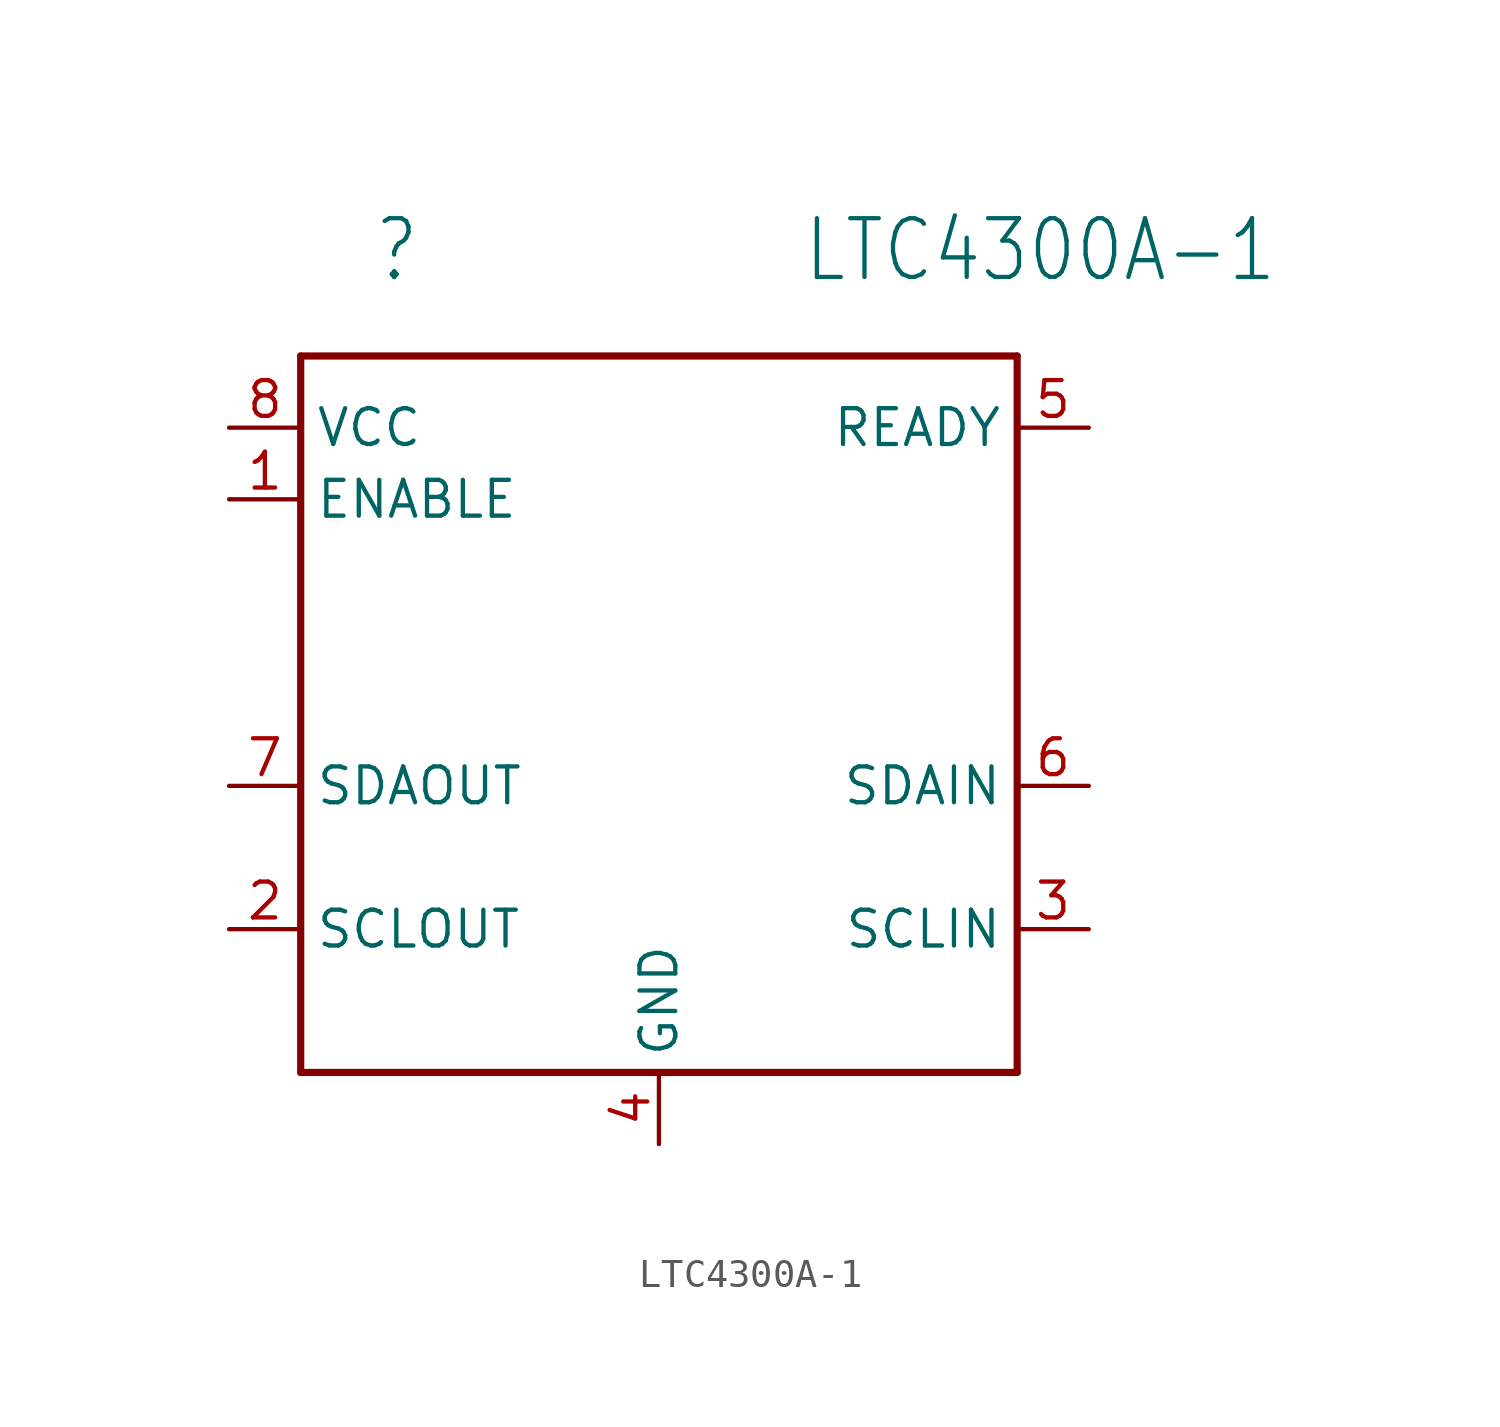
<source format=kicad_sym>
(kicad_symbol_lib
  (version 20211014)
  (generator kicad_symbol_editor)
  (symbol "LTC4300A-1"
    (property "Reference" ""
      (at -10.16 15.24 0)
      (effects (font (size 2.083 1.77)) (justify left bottom)))
    (property "Value" "LTC4300A-1"
      (at 5.08 15.24 0)
      (effects (font (size 2.083 1.77)) (justify left bottom)))
    (property "ki_locked" ""
      (at 0 0 0)
      (effects (font (size 1.27 1.27))))
    (symbol "LTC4300A-1_1_0"
      (polyline (pts (xy -12.7 -12.7) (xy 12.7 -12.7)) (stroke (width 0.254) (type default) (color 0 0 0 0)) (fill (type none)))
      (polyline (pts (xy -12.7 12.7) (xy -12.7 -12.7)) (stroke (width 0.254) (type default) (color 0 0 0 0)) (fill (type none)))
      (polyline (pts (xy 12.7 -12.7) (xy 12.7 12.7)) (stroke (width 0.254) (type default) (color 0 0 0 0)) (fill (type none)))
      (polyline (pts (xy 12.7 12.7) (xy -12.7 12.7)) (stroke (width 0.254) (type default) (color 0 0 0 0)) (fill (type none)))
      (pin input line (at -15.24 7.62 0) (length 2.54) (name "ENABLE" (effects (font (size 1.27 1.27)))) (number "1" (effects (font (size 1.27 1.27)))))
      (pin bidirectional line (at -15.24 -7.62 0) (length 2.54) (name "SCLOUT" (effects (font (size 1.27 1.27)))) (number "2" (effects (font (size 1.27 1.27)))))
      (pin bidirectional line (at 15.24 -7.62 180) (length 2.54) (name "SCLIN" (effects (font (size 1.27 1.27)))) (number "3" (effects (font (size 1.27 1.27)))))
      (pin power_in line (at 0 -15.24 90) (length 2.54) (name "GND" (effects (font (size 1.27 1.27)))) (number "4" (effects (font (size 1.27 1.27)))))
      (pin output line (at 15.24 10.16 180) (length 2.54) (name "READY" (effects (font (size 1.27 1.27)))) (number "5" (effects (font (size 1.27 1.27)))))
      (pin bidirectional line (at 15.24 -2.54 180) (length 2.54) (name "SDAIN" (effects (font (size 1.27 1.27)))) (number "6" (effects (font (size 1.27 1.27)))))
      (pin bidirectional line (at -15.24 -2.54 0) (length 2.54) (name "SDAOUT" (effects (font (size 1.27 1.27)))) (number "7" (effects (font (size 1.27 1.27)))))
      (pin power_in line (at -15.24 10.16 0) (length 2.54) (name "VCC" (effects (font (size 1.27 1.27)))) (number "8" (effects (font (size 1.27 1.27))))))))
</source>
